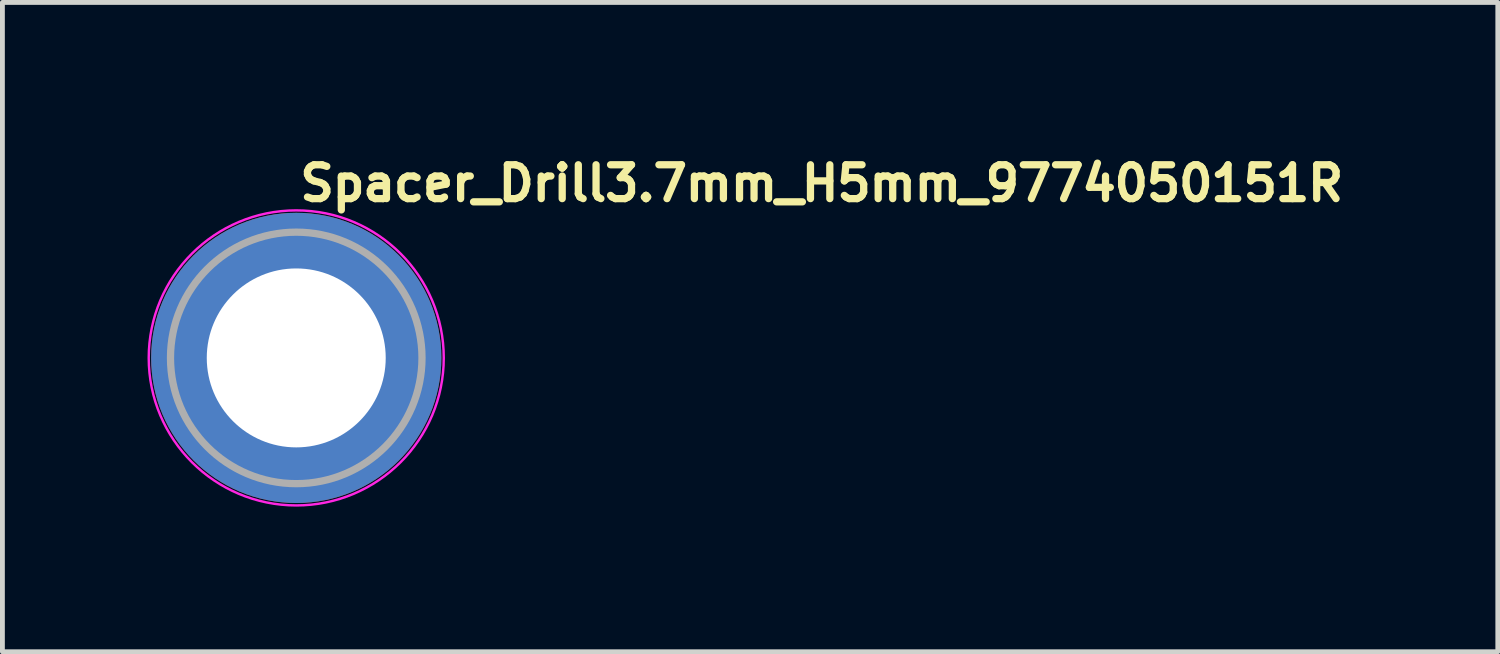
<source format=kicad_pcb>
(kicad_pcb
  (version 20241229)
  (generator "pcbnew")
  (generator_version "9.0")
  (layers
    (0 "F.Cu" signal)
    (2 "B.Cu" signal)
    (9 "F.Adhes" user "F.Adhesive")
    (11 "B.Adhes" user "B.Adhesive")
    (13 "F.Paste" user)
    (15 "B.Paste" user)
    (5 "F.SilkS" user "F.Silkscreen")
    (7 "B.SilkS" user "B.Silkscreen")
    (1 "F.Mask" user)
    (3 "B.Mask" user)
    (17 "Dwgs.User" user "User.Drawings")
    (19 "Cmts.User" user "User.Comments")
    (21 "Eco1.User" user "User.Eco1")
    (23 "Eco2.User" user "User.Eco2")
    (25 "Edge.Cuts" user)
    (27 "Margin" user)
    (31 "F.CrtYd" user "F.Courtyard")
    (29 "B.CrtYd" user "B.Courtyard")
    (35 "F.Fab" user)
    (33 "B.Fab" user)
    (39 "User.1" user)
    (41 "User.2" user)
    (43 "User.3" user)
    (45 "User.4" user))
  (footprint "Spacer_Drill3.7mm_H5mm_9774050151R"
    (layer "F.Cu")
    (at 3.075 4.35)
    (property "Reference" "Spacer_Drill3.7mm_H5mm_9774050151R" (at 0 -3.2 0) (layer "F.SilkS") (effects (font (size 0.7 0.7) (thickness 0.15)) (justify left bottom)))
    (attr smd)
    (fp_circle (center 0 0) (end 3.05 0) (stroke (width 0.05) (type solid)) (fill no) (layer "F.CrtYd"))
    (fp_circle (center 0 0) (end 2.6 0) (stroke (width 0.15) (type solid)) (fill no) (layer "F.Fab"))
    (fp_circle (center 0 0) (end 2.6 0) (stroke (width 0.1) (type solid)) (fill no) (layer "User.5"))
    (fp_circle (center 0 0) (end 1 0) (stroke (width 0.02) (type default)) (fill no) (layer "User.9"))
    (fp_circle (center 0 0) (end 2.55 0) (stroke (width 0.02) (type default)) (fill no) (layer "User.9"))
    (pad "" smd custom (at -1.7 -1.7) (size 0.62 0.62) (layers "F.Paste") (options (anchor circle)) (primitives (gr_arc (start -0.250195 1.279127) (mid 0.285453 0.294389) (end 1.266786 -0.24747) (width 0.2)) (gr_arc (start -0.34334 1.279127) (mid 0.218448 0.232561) (end 1.259603 -0.339191) (width 0.2)) (gr_arc (start -0.436309 1.279127) (mid 0.152481 0.169693) (end 1.255279 -0.431435) (width 0.2)) (gr_arc (start -0.529126 1.279127) (mid 0.087542 0.105784) (end 1.253811 -0.524161) (width 0.2)) (gr_arc (start -0.621807 1.279127) (mid 0.0309 0.033527) (end 1.275473 -0.621136) (width 0.2)) (gr_arc (start -0.71437 1.279127) (mid -0.037758 -0.026651) (end 1.263664 -0.711602) (width 0.2)) (gr_arc (start -0.806826 1.279127) (mid -0.105837 -0.087395) (end 1.253435 -0.802342) (width 0.2)) (gr_arc (start -0.899187 1.279127) (mid -0.165236 -0.156885) (end 1.267475 -0.897258) (width 0.2)) (gr_arc (start -0.991463 1.279127) (mid -0.228522 -0.222449) (end 1.270645 -0.990112) (width 0.2)) (gr_arc (start -1.083663 1.279127) (mid -0.294507 -0.285313) (end 1.266278 -1.081674) (width 0.2)) (gr_line (start 1.279 -0.25) (end 1.279 -1.084) (width 0.2)) (gr_line (start -0.25 1.279) (end -1.084 1.279) (width 0.2))))
    (pad "" smd custom (at -1.7 1.7 90) (size 0.62 0.62) (layers "F.Paste") (options (anchor circle)) (primitives (gr_arc (start -0.250195 1.279127) (mid 0.285453 0.294389) (end 1.266786 -0.24747) (width 0.2)) (gr_arc (start -0.34334 1.279127) (mid 0.218448 0.232561) (end 1.259603 -0.339191) (width 0.2)) (gr_arc (start -0.436309 1.279127) (mid 0.152481 0.169693) (end 1.255279 -0.431435) (width 0.2)) (gr_arc (start -0.529126 1.279127) (mid 0.087542 0.105784) (end 1.253811 -0.524161) (width 0.2)) (gr_arc (start -0.621807 1.279127) (mid 0.0309 0.033527) (end 1.275473 -0.621136) (width 0.2)) (gr_arc (start -0.71437 1.279127) (mid -0.037758 -0.026651) (end 1.263664 -0.711602) (width 0.2)) (gr_arc (start -0.806826 1.279127) (mid -0.105837 -0.087395) (end 1.253435 -0.802342) (width 0.2)) (gr_arc (start -0.899187 1.279127) (mid -0.165236 -0.156885) (end 1.267475 -0.897258) (width 0.2)) (gr_arc (start -0.991463 1.279127) (mid -0.228522 -0.222449) (end 1.270645 -0.990112) (width 0.2)) (gr_arc (start -1.083663 1.279127) (mid -0.294507 -0.285313) (end 1.266278 -1.081674) (width 0.2)) (gr_line (start 1.279 -0.25) (end 1.279 -1.084) (width 0.2)) (gr_line (start -0.25 1.279) (end -1.084 1.279) (width 0.2))))
    (pad "" smd custom (at 1.7 -1.7 270) (size 0.62 0.62) (layers "F.Paste") (options (anchor circle)) (primitives (gr_arc (start -0.250195 1.279127) (mid 0.285453 0.294389) (end 1.266786 -0.24747) (width 0.2)) (gr_arc (start -0.34334 1.279127) (mid 0.218448 0.232561) (end 1.259603 -0.339191) (width 0.2)) (gr_arc (start -0.436309 1.279127) (mid 0.152481 0.169693) (end 1.255279 -0.431435) (width 0.2)) (gr_arc (start -0.529126 1.279127) (mid 0.087542 0.105784) (end 1.253811 -0.524161) (width 0.2)) (gr_arc (start -0.621807 1.279127) (mid 0.0309 0.033527) (end 1.275473 -0.621136) (width 0.2)) (gr_arc (start -0.71437 1.279127) (mid -0.037758 -0.026651) (end 1.263664 -0.711602) (width 0.2)) (gr_arc (start -0.806826 1.279127) (mid -0.105837 -0.087395) (end 1.253435 -0.802342) (width 0.2)) (gr_arc (start -0.899187 1.279127) (mid -0.165236 -0.156885) (end 1.267475 -0.897258) (width 0.2)) (gr_arc (start -0.991463 1.279127) (mid -0.228522 -0.222449) (end 1.270645 -0.990112) (width 0.2)) (gr_arc (start -1.083663 1.279127) (mid -0.294507 -0.285313) (end 1.266278 -1.081674) (width 0.2)) (gr_line (start 1.279 -0.25) (end 1.279 -1.084) (width 0.2)) (gr_line (start -0.25 1.279) (end -1.084 1.279) (width 0.2))))
    (pad "" smd custom (at 1.7 1.7 180) (size 0.62 0.62) (layers "F.Paste") (options (anchor circle)) (primitives (gr_arc (start -0.250195 1.279127) (mid 0.285453 0.294389) (end 1.266786 -0.24747) (width 0.2)) (gr_arc (start -0.34334 1.279127) (mid 0.218448 0.232561) (end 1.259603 -0.339191) (width 0.2)) (gr_arc (start -0.436309 1.279127) (mid 0.152481 0.169693) (end 1.255279 -0.431435) (width 0.2)) (gr_arc (start -0.529126 1.279127) (mid 0.087542 0.105784) (end 1.253811 -0.524161) (width 0.2)) (gr_arc (start -0.621807 1.279127) (mid 0.0309 0.033527) (end 1.275473 -0.621136) (width 0.2)) (gr_arc (start -0.71437 1.279127) (mid -0.037758 -0.026651) (end 1.263664 -0.711602) (width 0.2)) (gr_arc (start -0.806826 1.279127) (mid -0.105837 -0.087395) (end 1.253435 -0.802342) (width 0.2)) (gr_arc (start -0.899187 1.279127) (mid -0.165236 -0.156885) (end 1.267475 -0.897258) (width 0.2)) (gr_arc (start -0.991463 1.279127) (mid -0.228522 -0.222449) (end 1.270645 -0.990112) (width 0.2)) (gr_arc (start -1.083663 1.279127) (mid -0.294507 -0.285313) (end 1.266278 -1.081674) (width 0.2)) (gr_line (start 1.279 -0.25) (end 1.279 -1.084) (width 0.2)) (gr_line (start -0.25 1.279) (end -1.084 1.279) (width 0.2))))
    (pad "1" thru_hole circle (at 0 0) (size 6 6) (drill 3.7) (layers "*.Cu" "*.Mask")))
  (gr_rect
    (start -3 -3)
    (end 27.918 10.425)
    (stroke (width 0.1) (type default))
    (fill no)
    (layer "Edge.Cuts")))
</source>
